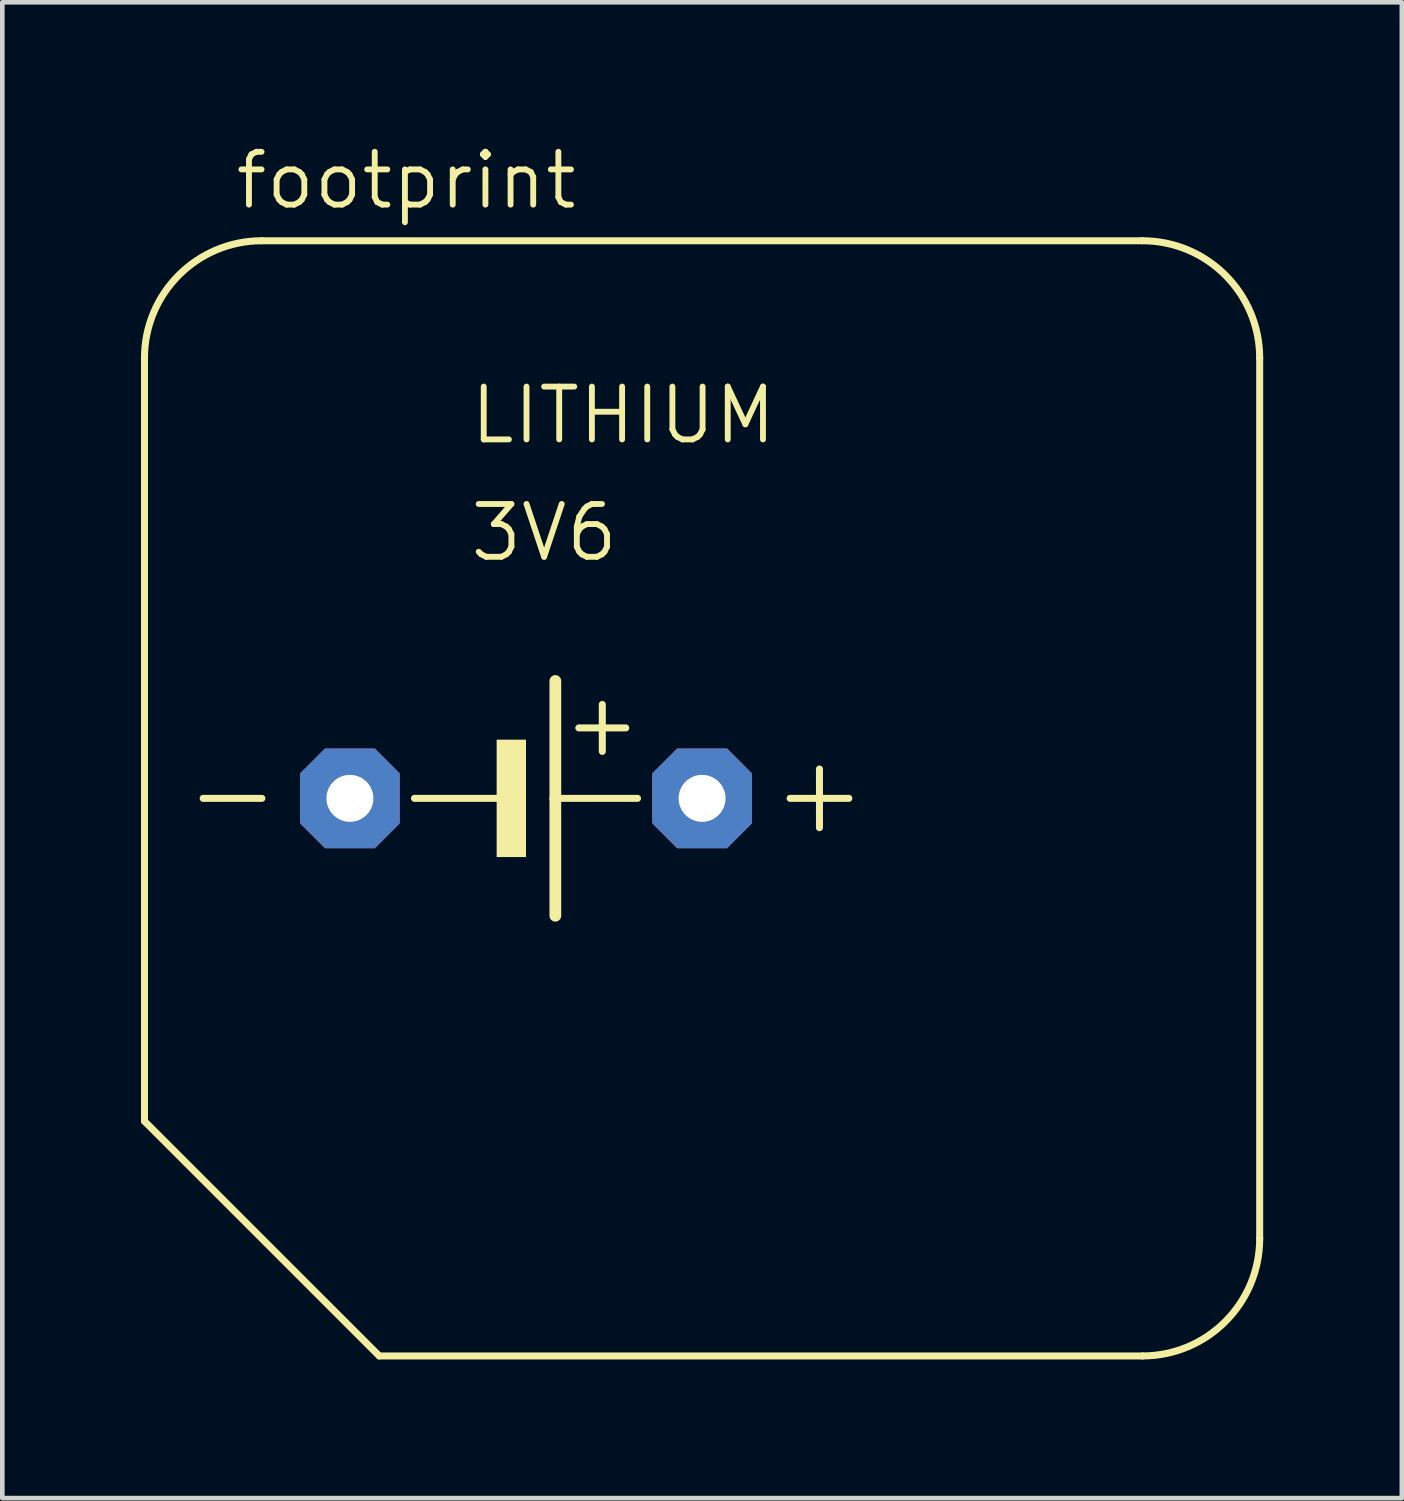
<source format=kicad_pcb>
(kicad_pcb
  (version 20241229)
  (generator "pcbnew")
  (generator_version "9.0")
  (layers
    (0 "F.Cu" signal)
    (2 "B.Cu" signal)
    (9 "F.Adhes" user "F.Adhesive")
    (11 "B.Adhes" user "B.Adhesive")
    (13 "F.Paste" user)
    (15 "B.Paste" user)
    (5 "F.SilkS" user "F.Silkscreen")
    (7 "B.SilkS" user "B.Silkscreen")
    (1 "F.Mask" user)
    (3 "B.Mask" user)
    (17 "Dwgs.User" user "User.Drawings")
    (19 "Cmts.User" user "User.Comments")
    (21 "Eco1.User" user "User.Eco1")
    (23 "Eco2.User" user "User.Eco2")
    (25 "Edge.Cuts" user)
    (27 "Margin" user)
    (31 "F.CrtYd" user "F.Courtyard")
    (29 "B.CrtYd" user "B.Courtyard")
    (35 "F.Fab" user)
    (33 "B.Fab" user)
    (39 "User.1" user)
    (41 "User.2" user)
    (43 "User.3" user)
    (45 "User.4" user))
  (footprint "footprint"
    (layer "F.Cu")
    (at 12.141 14.224)
    (property "Reference" "footprint" (at -10.16 -12.7 0) (layer "F.SilkS") (effects (font (size 1.143 1.143) (thickness 0.127)) (justify left bottom)))
    (fp_line (start -12.065 6.985) (end -12.065 -9.525) (stroke (width 0.152) (type solid)) (layer "F.SilkS"))
    (fp_line (start -10.795 0) (end -9.525 0) (stroke (width 0.152) (type solid)) (layer "F.SilkS"))
    (fp_line (start -9.525 -12.065) (end 9.525 -12.065) (stroke (width 0.152) (type solid)) (layer "F.SilkS"))
    (fp_line (start -6.985 12.065) (end -12.065 6.985) (stroke (width 0.152) (type solid)) (layer "F.SilkS"))
    (fp_line (start -6.223 0) (end -4.445 0) (stroke (width 0.152) (type solid)) (layer "F.SilkS"))
    (fp_line (start -3.175 -2.54) (end -3.175 0) (stroke (width 0.254) (type solid)) (layer "F.SilkS"))
    (fp_line (start -3.175 0) (end -3.175 2.54) (stroke (width 0.254) (type solid)) (layer "F.SilkS"))
    (fp_line (start -3.175 0) (end -1.397 0) (stroke (width 0.152) (type solid)) (layer "F.SilkS"))
    (fp_line (start -2.667 -1.524) (end -1.651 -1.524) (stroke (width 0.152) (type solid)) (layer "F.SilkS"))
    (fp_line (start -2.159 -2.032) (end -2.159 -1.016) (stroke (width 0.152) (type solid)) (layer "F.SilkS"))
    (fp_line (start 1.905 0) (end 3.175 0) (stroke (width 0.152) (type solid)) (layer "F.SilkS"))
    (fp_line (start 2.54 0.635) (end 2.54 -0.635) (stroke (width 0.152) (type solid)) (layer "F.SilkS"))
    (fp_line (start 9.525 12.065) (end -6.985 12.065) (stroke (width 0.152) (type solid)) (layer "F.SilkS"))
    (fp_line (start 12.065 -9.525) (end 12.065 9.525) (stroke (width 0.152) (type solid)) (layer "F.SilkS"))
    (fp_arc (start -12.065 -9.525) (mid -11.321051 -11.321051) (end -9.525 -12.065) (stroke (width 0.1524) (type solid)) (layer "F.SilkS"))
    (fp_arc (start 9.525 -12.065) (mid 11.321051 -11.321051) (end 12.065 -9.525) (stroke (width 0.1524) (type solid)) (layer "F.SilkS"))
    (fp_arc (start 12.065 9.525) (mid 11.321051 11.321051) (end 9.525 12.065) (stroke (width 0.1524) (type solid)) (layer "F.SilkS"))
    (fp_poly (pts (xy -4.445 1.27) (xy -3.81 1.27) (xy -3.81 -1.27) (xy -4.445 -1.27)) (stroke (width 0) (type solid)) (fill yes) (layer "F.SilkS"))
    (fp_text user "LITHIUM" (at -5.08 -7.62 0) (layer "F.SilkS") (effects (font (size 1.143 1.143) (thickness 0.127)) (justify left bottom)))
    (fp_text user "3V6" (at -5.08 -5.08 0) (layer "F.SilkS") (effects (font (size 1.143 1.143) (thickness 0.127)) (justify left bottom)))
    (pad "+" thru_hole roundrect (at 0 0) (size 2.159 2.159) (drill 1.016) (layers "*.Cu" "*.Mask") (roundrect_rratio 0.25) (chamfer_ratio 0.25) (chamfer top_left top_right bottom_left bottom_right))
    (pad "-" thru_hole roundrect (at -7.62 0) (size 2.159 2.159) (drill 1.016) (layers "*.Cu" "*.Mask") (roundrect_rratio 0.25) (chamfer_ratio 0.25) (chamfer top_left top_right bottom_left bottom_right)))
  (gr_rect
    (start -3 -3)
    (end 27.282 29.365)
    (stroke (width 0.1) (type default))
    (fill no)
    (layer "Edge.Cuts")))
</source>
